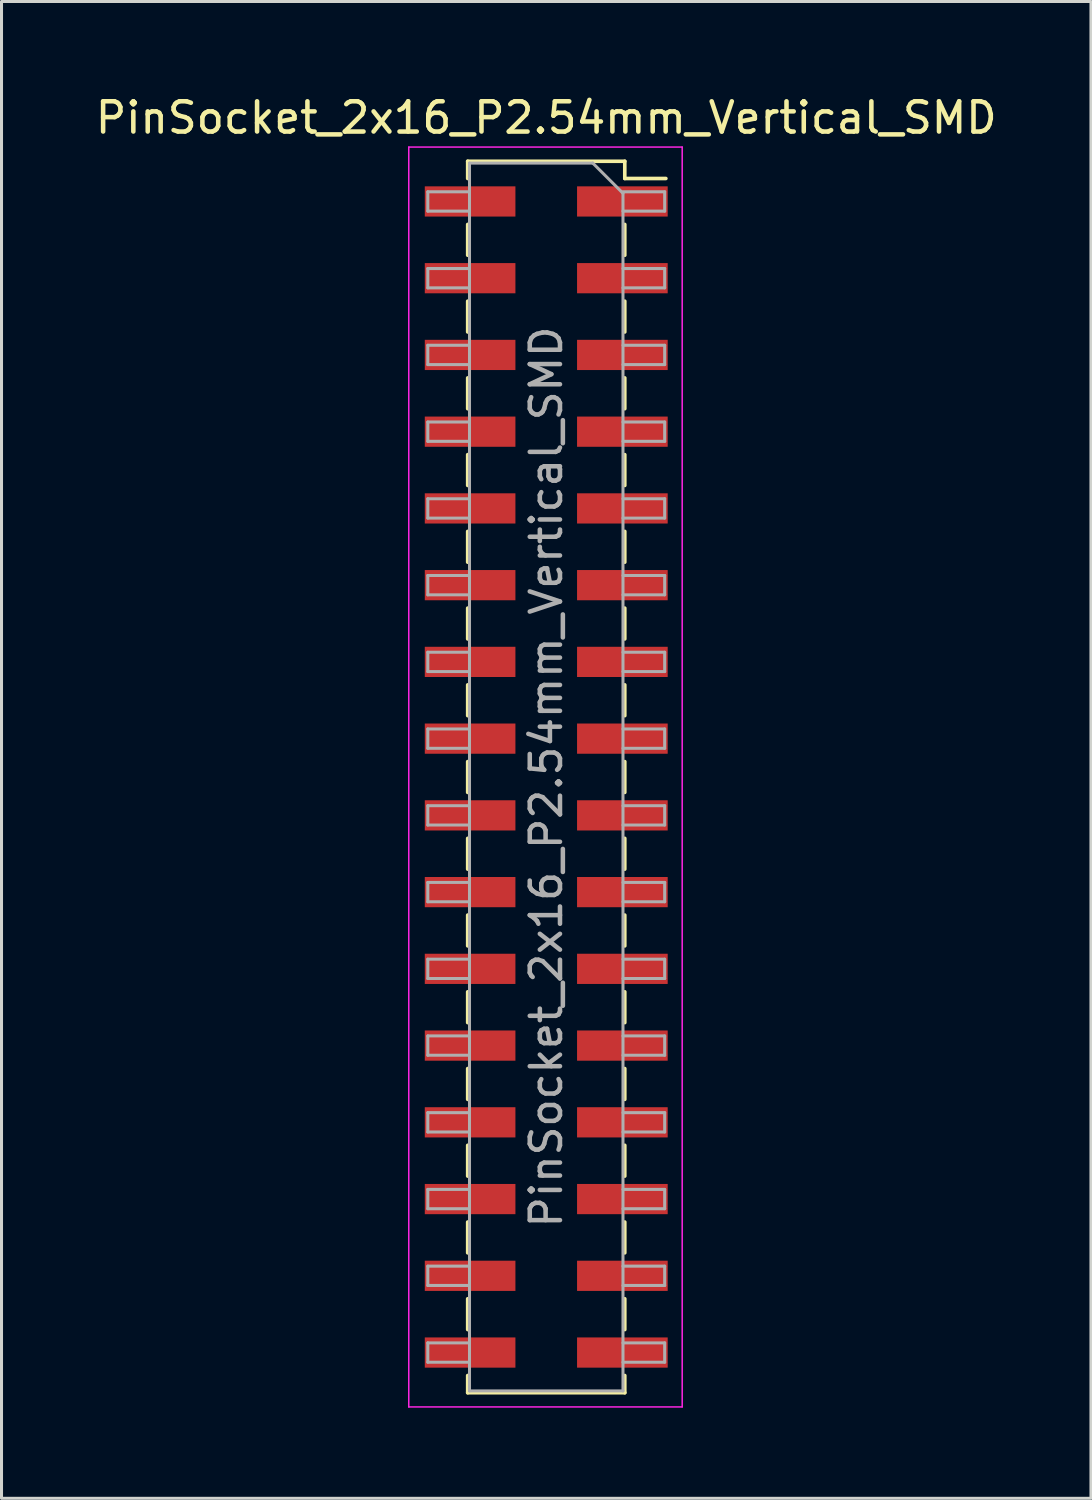
<source format=kicad_pcb>
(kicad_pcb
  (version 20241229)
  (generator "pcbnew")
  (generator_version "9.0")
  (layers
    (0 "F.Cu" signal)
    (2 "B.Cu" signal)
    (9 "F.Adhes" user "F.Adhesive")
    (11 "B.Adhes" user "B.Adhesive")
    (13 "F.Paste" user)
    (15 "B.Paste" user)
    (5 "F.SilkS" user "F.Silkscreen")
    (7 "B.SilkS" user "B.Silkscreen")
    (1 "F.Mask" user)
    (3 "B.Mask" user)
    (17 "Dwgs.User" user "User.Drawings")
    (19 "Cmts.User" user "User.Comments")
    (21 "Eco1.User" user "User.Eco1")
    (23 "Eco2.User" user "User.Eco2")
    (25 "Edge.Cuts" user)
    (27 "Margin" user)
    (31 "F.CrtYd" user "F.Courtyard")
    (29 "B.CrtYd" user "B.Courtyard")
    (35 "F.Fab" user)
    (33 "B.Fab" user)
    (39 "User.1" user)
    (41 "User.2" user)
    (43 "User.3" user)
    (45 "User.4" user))
  (footprint "PinSocket_2x16_P2.54mm_Vertical_SMD"
    (layer "F.Cu")
    (at 15.03 22.668)
    (property "Reference" "PinSocket_2x16_P2.54mm_Vertical_SMD" (at 0 -21.82 0) (layer "F.SilkS") (effects (font (size 1 1) (thickness 0.15))))
    (attr smd)
    (fp_line (start -2.6 -20.38) (end -2.6 -19.81) (stroke (width 0.12) (type solid)) (layer "F.SilkS"))
    (fp_line (start -2.6 -20.38) (end 2.6 -20.38) (stroke (width 0.12) (type solid)) (layer "F.SilkS"))
    (fp_line (start -2.6 -18.29) (end -2.6 -17.27) (stroke (width 0.12) (type solid)) (layer "F.SilkS"))
    (fp_line (start -2.6 -15.75) (end -2.6 -14.73) (stroke (width 0.12) (type solid)) (layer "F.SilkS"))
    (fp_line (start -2.6 -13.21) (end -2.6 -12.19) (stroke (width 0.12) (type solid)) (layer "F.SilkS"))
    (fp_line (start -2.6 -10.67) (end -2.6 -9.65) (stroke (width 0.12) (type solid)) (layer "F.SilkS"))
    (fp_line (start -2.6 -8.13) (end -2.6 -7.11) (stroke (width 0.12) (type solid)) (layer "F.SilkS"))
    (fp_line (start -2.6 -5.59) (end -2.6 -4.57) (stroke (width 0.12) (type solid)) (layer "F.SilkS"))
    (fp_line (start -2.6 -3.05) (end -2.6 -2.03) (stroke (width 0.12) (type solid)) (layer "F.SilkS"))
    (fp_line (start -2.6 -0.51) (end -2.6 0.51) (stroke (width 0.12) (type solid)) (layer "F.SilkS"))
    (fp_line (start -2.6 2.03) (end -2.6 3.05) (stroke (width 0.12) (type solid)) (layer "F.SilkS"))
    (fp_line (start -2.6 4.57) (end -2.6 5.59) (stroke (width 0.12) (type solid)) (layer "F.SilkS"))
    (fp_line (start -2.6 7.11) (end -2.6 8.13) (stroke (width 0.12) (type solid)) (layer "F.SilkS"))
    (fp_line (start -2.6 9.65) (end -2.6 10.67) (stroke (width 0.12) (type solid)) (layer "F.SilkS"))
    (fp_line (start -2.6 12.19) (end -2.6 13.21) (stroke (width 0.12) (type solid)) (layer "F.SilkS"))
    (fp_line (start -2.6 14.73) (end -2.6 15.75) (stroke (width 0.12) (type solid)) (layer "F.SilkS"))
    (fp_line (start -2.6 17.27) (end -2.6 18.29) (stroke (width 0.12) (type solid)) (layer "F.SilkS"))
    (fp_line (start -2.6 19.81) (end -2.6 20.38) (stroke (width 0.12) (type solid)) (layer "F.SilkS"))
    (fp_line (start -2.6 20.38) (end 2.6 20.38) (stroke (width 0.12) (type solid)) (layer "F.SilkS"))
    (fp_line (start 2.6 -20.38) (end 2.6 -19.81) (stroke (width 0.12) (type solid)) (layer "F.SilkS"))
    (fp_line (start 2.6 -19.81) (end 3.96 -19.81) (stroke (width 0.12) (type solid)) (layer "F.SilkS"))
    (fp_line (start 2.6 -18.29) (end 2.6 -17.27) (stroke (width 0.12) (type solid)) (layer "F.SilkS"))
    (fp_line (start 2.6 -15.75) (end 2.6 -14.73) (stroke (width 0.12) (type solid)) (layer "F.SilkS"))
    (fp_line (start 2.6 -13.21) (end 2.6 -12.19) (stroke (width 0.12) (type solid)) (layer "F.SilkS"))
    (fp_line (start 2.6 -10.67) (end 2.6 -9.65) (stroke (width 0.12) (type solid)) (layer "F.SilkS"))
    (fp_line (start 2.6 -8.13) (end 2.6 -7.11) (stroke (width 0.12) (type solid)) (layer "F.SilkS"))
    (fp_line (start 2.6 -5.59) (end 2.6 -4.57) (stroke (width 0.12) (type solid)) (layer "F.SilkS"))
    (fp_line (start 2.6 -3.05) (end 2.6 -2.03) (stroke (width 0.12) (type solid)) (layer "F.SilkS"))
    (fp_line (start 2.6 -0.51) (end 2.6 0.51) (stroke (width 0.12) (type solid)) (layer "F.SilkS"))
    (fp_line (start 2.6 2.03) (end 2.6 3.05) (stroke (width 0.12) (type solid)) (layer "F.SilkS"))
    (fp_line (start 2.6 4.57) (end 2.6 5.59) (stroke (width 0.12) (type solid)) (layer "F.SilkS"))
    (fp_line (start 2.6 7.11) (end 2.6 8.13) (stroke (width 0.12) (type solid)) (layer "F.SilkS"))
    (fp_line (start 2.6 9.65) (end 2.6 10.67) (stroke (width 0.12) (type solid)) (layer "F.SilkS"))
    (fp_line (start 2.6 12.19) (end 2.6 13.21) (stroke (width 0.12) (type solid)) (layer "F.SilkS"))
    (fp_line (start 2.6 14.73) (end 2.6 15.75) (stroke (width 0.12) (type solid)) (layer "F.SilkS"))
    (fp_line (start 2.6 17.27) (end 2.6 18.29) (stroke (width 0.12) (type solid)) (layer "F.SilkS"))
    (fp_line (start 2.6 19.81) (end 2.6 20.38) (stroke (width 0.12) (type solid)) (layer "F.SilkS"))
    (fp_line (start -4.55 -20.85) (end 4.5 -20.85) (stroke (width 0.05) (type solid)) (layer "F.CrtYd"))
    (fp_line (start -4.55 20.85) (end -4.55 -20.85) (stroke (width 0.05) (type solid)) (layer "F.CrtYd"))
    (fp_line (start 4.5 -20.85) (end 4.5 20.85) (stroke (width 0.05) (type solid)) (layer "F.CrtYd"))
    (fp_line (start 4.5 20.85) (end -4.55 20.85) (stroke (width 0.05) (type solid)) (layer "F.CrtYd"))
    (fp_line (start -3.92 -19.37) (end -2.54 -19.37) (stroke (width 0.1) (type solid)) (layer "F.Fab"))
    (fp_line (start -3.92 -18.73) (end -3.92 -19.37) (stroke (width 0.1) (type solid)) (layer "F.Fab"))
    (fp_line (start -3.92 -16.83) (end -2.54 -16.83) (stroke (width 0.1) (type solid)) (layer "F.Fab"))
    (fp_line (start -3.92 -16.19) (end -3.92 -16.83) (stroke (width 0.1) (type solid)) (layer "F.Fab"))
    (fp_line (start -3.92 -14.29) (end -2.54 -14.29) (stroke (width 0.1) (type solid)) (layer "F.Fab"))
    (fp_line (start -3.92 -13.65) (end -3.92 -14.29) (stroke (width 0.1) (type solid)) (layer "F.Fab"))
    (fp_line (start -3.92 -11.75) (end -2.54 -11.75) (stroke (width 0.1) (type solid)) (layer "F.Fab"))
    (fp_line (start -3.92 -11.11) (end -3.92 -11.75) (stroke (width 0.1) (type solid)) (layer "F.Fab"))
    (fp_line (start -3.92 -9.21) (end -2.54 -9.21) (stroke (width 0.1) (type solid)) (layer "F.Fab"))
    (fp_line (start -3.92 -8.57) (end -3.92 -9.21) (stroke (width 0.1) (type solid)) (layer "F.Fab"))
    (fp_line (start -3.92 -6.67) (end -2.54 -6.67) (stroke (width 0.1) (type solid)) (layer "F.Fab"))
    (fp_line (start -3.92 -6.03) (end -3.92 -6.67) (stroke (width 0.1) (type solid)) (layer "F.Fab"))
    (fp_line (start -3.92 -4.13) (end -2.54 -4.13) (stroke (width 0.1) (type solid)) (layer "F.Fab"))
    (fp_line (start -3.92 -3.49) (end -3.92 -4.13) (stroke (width 0.1) (type solid)) (layer "F.Fab"))
    (fp_line (start -3.92 -1.59) (end -2.54 -1.59) (stroke (width 0.1) (type solid)) (layer "F.Fab"))
    (fp_line (start -3.92 -0.95) (end -3.92 -1.59) (stroke (width 0.1) (type solid)) (layer "F.Fab"))
    (fp_line (start -3.92 0.95) (end -2.54 0.95) (stroke (width 0.1) (type solid)) (layer "F.Fab"))
    (fp_line (start -3.92 1.59) (end -3.92 0.95) (stroke (width 0.1) (type solid)) (layer "F.Fab"))
    (fp_line (start -3.92 3.49) (end -2.54 3.49) (stroke (width 0.1) (type solid)) (layer "F.Fab"))
    (fp_line (start -3.92 4.13) (end -3.92 3.49) (stroke (width 0.1) (type solid)) (layer "F.Fab"))
    (fp_line (start -3.92 6.03) (end -2.54 6.03) (stroke (width 0.1) (type solid)) (layer "F.Fab"))
    (fp_line (start -3.92 6.67) (end -3.92 6.03) (stroke (width 0.1) (type solid)) (layer "F.Fab"))
    (fp_line (start -3.92 8.57) (end -2.54 8.57) (stroke (width 0.1) (type solid)) (layer "F.Fab"))
    (fp_line (start -3.92 9.21) (end -3.92 8.57) (stroke (width 0.1) (type solid)) (layer "F.Fab"))
    (fp_line (start -3.92 11.11) (end -2.54 11.11) (stroke (width 0.1) (type solid)) (layer "F.Fab"))
    (fp_line (start -3.92 11.75) (end -3.92 11.11) (stroke (width 0.1) (type solid)) (layer "F.Fab"))
    (fp_line (start -3.92 13.65) (end -2.54 13.65) (stroke (width 0.1) (type solid)) (layer "F.Fab"))
    (fp_line (start -3.92 14.29) (end -3.92 13.65) (stroke (width 0.1) (type solid)) (layer "F.Fab"))
    (fp_line (start -3.92 16.19) (end -2.54 16.19) (stroke (width 0.1) (type solid)) (layer "F.Fab"))
    (fp_line (start -3.92 16.83) (end -3.92 16.19) (stroke (width 0.1) (type solid)) (layer "F.Fab"))
    (fp_line (start -3.92 18.73) (end -2.54 18.73) (stroke (width 0.1) (type solid)) (layer "F.Fab"))
    (fp_line (start -3.92 19.37) (end -3.92 18.73) (stroke (width 0.1) (type solid)) (layer "F.Fab"))
    (fp_line (start -2.54 -20.32) (end 1.54 -20.32) (stroke (width 0.1) (type solid)) (layer "F.Fab"))
    (fp_line (start -2.54 -18.73) (end -3.92 -18.73) (stroke (width 0.1) (type solid)) (layer "F.Fab"))
    (fp_line (start -2.54 -16.19) (end -3.92 -16.19) (stroke (width 0.1) (type solid)) (layer "F.Fab"))
    (fp_line (start -2.54 -13.65) (end -3.92 -13.65) (stroke (width 0.1) (type solid)) (layer "F.Fab"))
    (fp_line (start -2.54 -11.11) (end -3.92 -11.11) (stroke (width 0.1) (type solid)) (layer "F.Fab"))
    (fp_line (start -2.54 -8.57) (end -3.92 -8.57) (stroke (width 0.1) (type solid)) (layer "F.Fab"))
    (fp_line (start -2.54 -6.03) (end -3.92 -6.03) (stroke (width 0.1) (type solid)) (layer "F.Fab"))
    (fp_line (start -2.54 -3.49) (end -3.92 -3.49) (stroke (width 0.1) (type solid)) (layer "F.Fab"))
    (fp_line (start -2.54 -0.95) (end -3.92 -0.95) (stroke (width 0.1) (type solid)) (layer "F.Fab"))
    (fp_line (start -2.54 1.59) (end -3.92 1.59) (stroke (width 0.1) (type solid)) (layer "F.Fab"))
    (fp_line (start -2.54 4.13) (end -3.92 4.13) (stroke (width 0.1) (type solid)) (layer "F.Fab"))
    (fp_line (start -2.54 6.67) (end -3.92 6.67) (stroke (width 0.1) (type solid)) (layer "F.Fab"))
    (fp_line (start -2.54 9.21) (end -3.92 9.21) (stroke (width 0.1) (type solid)) (layer "F.Fab"))
    (fp_line (start -2.54 11.75) (end -3.92 11.75) (stroke (width 0.1) (type solid)) (layer "F.Fab"))
    (fp_line (start -2.54 14.29) (end -3.92 14.29) (stroke (width 0.1) (type solid)) (layer "F.Fab"))
    (fp_line (start -2.54 16.83) (end -3.92 16.83) (stroke (width 0.1) (type solid)) (layer "F.Fab"))
    (fp_line (start -2.54 19.37) (end -3.92 19.37) (stroke (width 0.1) (type solid)) (layer "F.Fab"))
    (fp_line (start -2.54 20.32) (end -2.54 -20.32) (stroke (width 0.1) (type solid)) (layer "F.Fab"))
    (fp_line (start 1.54 -20.32) (end 2.54 -19.32) (stroke (width 0.1) (type solid)) (layer "F.Fab"))
    (fp_line (start 2.54 -19.37) (end 3.92 -19.37) (stroke (width 0.1) (type solid)) (layer "F.Fab"))
    (fp_line (start 2.54 -19.32) (end 2.54 20.32) (stroke (width 0.1) (type solid)) (layer "F.Fab"))
    (fp_line (start 2.54 -16.83) (end 3.92 -16.83) (stroke (width 0.1) (type solid)) (layer "F.Fab"))
    (fp_line (start 2.54 -14.29) (end 3.92 -14.29) (stroke (width 0.1) (type solid)) (layer "F.Fab"))
    (fp_line (start 2.54 -11.75) (end 3.92 -11.75) (stroke (width 0.1) (type solid)) (layer "F.Fab"))
    (fp_line (start 2.54 -9.21) (end 3.92 -9.21) (stroke (width 0.1) (type solid)) (layer "F.Fab"))
    (fp_line (start 2.54 -6.67) (end 3.92 -6.67) (stroke (width 0.1) (type solid)) (layer "F.Fab"))
    (fp_line (start 2.54 -4.13) (end 3.92 -4.13) (stroke (width 0.1) (type solid)) (layer "F.Fab"))
    (fp_line (start 2.54 -1.59) (end 3.92 -1.59) (stroke (width 0.1) (type solid)) (layer "F.Fab"))
    (fp_line (start 2.54 0.95) (end 3.92 0.95) (stroke (width 0.1) (type solid)) (layer "F.Fab"))
    (fp_line (start 2.54 3.49) (end 3.92 3.49) (stroke (width 0.1) (type solid)) (layer "F.Fab"))
    (fp_line (start 2.54 6.03) (end 3.92 6.03) (stroke (width 0.1) (type solid)) (layer "F.Fab"))
    (fp_line (start 2.54 8.57) (end 3.92 8.57) (stroke (width 0.1) (type solid)) (layer "F.Fab"))
    (fp_line (start 2.54 11.11) (end 3.92 11.11) (stroke (width 0.1) (type solid)) (layer "F.Fab"))
    (fp_line (start 2.54 13.65) (end 3.92 13.65) (stroke (width 0.1) (type solid)) (layer "F.Fab"))
    (fp_line (start 2.54 16.19) (end 3.92 16.19) (stroke (width 0.1) (type solid)) (layer "F.Fab"))
    (fp_line (start 2.54 18.73) (end 3.92 18.73) (stroke (width 0.1) (type solid)) (layer "F.Fab"))
    (fp_line (start 2.54 20.32) (end -2.54 20.32) (stroke (width 0.1) (type solid)) (layer "F.Fab"))
    (fp_line (start 3.92 -19.37) (end 3.92 -18.73) (stroke (width 0.1) (type solid)) (layer "F.Fab"))
    (fp_line (start 3.92 -18.73) (end 2.54 -18.73) (stroke (width 0.1) (type solid)) (layer "F.Fab"))
    (fp_line (start 3.92 -16.83) (end 3.92 -16.19) (stroke (width 0.1) (type solid)) (layer "F.Fab"))
    (fp_line (start 3.92 -16.19) (end 2.54 -16.19) (stroke (width 0.1) (type solid)) (layer "F.Fab"))
    (fp_line (start 3.92 -14.29) (end 3.92 -13.65) (stroke (width 0.1) (type solid)) (layer "F.Fab"))
    (fp_line (start 3.92 -13.65) (end 2.54 -13.65) (stroke (width 0.1) (type solid)) (layer "F.Fab"))
    (fp_line (start 3.92 -11.75) (end 3.92 -11.11) (stroke (width 0.1) (type solid)) (layer "F.Fab"))
    (fp_line (start 3.92 -11.11) (end 2.54 -11.11) (stroke (width 0.1) (type solid)) (layer "F.Fab"))
    (fp_line (start 3.92 -9.21) (end 3.92 -8.57) (stroke (width 0.1) (type solid)) (layer "F.Fab"))
    (fp_line (start 3.92 -8.57) (end 2.54 -8.57) (stroke (width 0.1) (type solid)) (layer "F.Fab"))
    (fp_line (start 3.92 -6.67) (end 3.92 -6.03) (stroke (width 0.1) (type solid)) (layer "F.Fab"))
    (fp_line (start 3.92 -6.03) (end 2.54 -6.03) (stroke (width 0.1) (type solid)) (layer "F.Fab"))
    (fp_line (start 3.92 -4.13) (end 3.92 -3.49) (stroke (width 0.1) (type solid)) (layer "F.Fab"))
    (fp_line (start 3.92 -3.49) (end 2.54 -3.49) (stroke (width 0.1) (type solid)) (layer "F.Fab"))
    (fp_line (start 3.92 -1.59) (end 3.92 -0.95) (stroke (width 0.1) (type solid)) (layer "F.Fab"))
    (fp_line (start 3.92 -0.95) (end 2.54 -0.95) (stroke (width 0.1) (type solid)) (layer "F.Fab"))
    (fp_line (start 3.92 0.95) (end 3.92 1.59) (stroke (width 0.1) (type solid)) (layer "F.Fab"))
    (fp_line (start 3.92 1.59) (end 2.54 1.59) (stroke (width 0.1) (type solid)) (layer "F.Fab"))
    (fp_line (start 3.92 3.49) (end 3.92 4.13) (stroke (width 0.1) (type solid)) (layer "F.Fab"))
    (fp_line (start 3.92 4.13) (end 2.54 4.13) (stroke (width 0.1) (type solid)) (layer "F.Fab"))
    (fp_line (start 3.92 6.03) (end 3.92 6.67) (stroke (width 0.1) (type solid)) (layer "F.Fab"))
    (fp_line (start 3.92 6.67) (end 2.54 6.67) (stroke (width 0.1) (type solid)) (layer "F.Fab"))
    (fp_line (start 3.92 8.57) (end 3.92 9.21) (stroke (width 0.1) (type solid)) (layer "F.Fab"))
    (fp_line (start 3.92 9.21) (end 2.54 9.21) (stroke (width 0.1) (type solid)) (layer "F.Fab"))
    (fp_line (start 3.92 11.11) (end 3.92 11.75) (stroke (width 0.1) (type solid)) (layer "F.Fab"))
    (fp_line (start 3.92 11.75) (end 2.54 11.75) (stroke (width 0.1) (type solid)) (layer "F.Fab"))
    (fp_line (start 3.92 13.65) (end 3.92 14.29) (stroke (width 0.1) (type solid)) (layer "F.Fab"))
    (fp_line (start 3.92 14.29) (end 2.54 14.29) (stroke (width 0.1) (type solid)) (layer "F.Fab"))
    (fp_line (start 3.92 16.19) (end 3.92 16.83) (stroke (width 0.1) (type solid)) (layer "F.Fab"))
    (fp_line (start 3.92 16.83) (end 2.54 16.83) (stroke (width 0.1) (type solid)) (layer "F.Fab"))
    (fp_line (start 3.92 18.73) (end 3.92 19.37) (stroke (width 0.1) (type solid)) (layer "F.Fab"))
    (fp_line (start 3.92 19.37) (end 2.54 19.37) (stroke (width 0.1) (type solid)) (layer "F.Fab"))
    (fp_text user "${REFERENCE}" (at 0 0 90) (layer "F.Fab") (effects (font (size 1 1) (thickness 0.15))))
    (pad "1" smd rect (at 2.52 -19.05) (size 3 1) (layers "F.Cu" "F.Mask" "F.Paste"))
    (pad "2" smd rect (at -2.52 -19.05) (size 3 1) (layers "F.Cu" "F.Mask" "F.Paste"))
    (pad "3" smd rect (at 2.52 -16.51) (size 3 1) (layers "F.Cu" "F.Mask" "F.Paste"))
    (pad "4" smd rect (at -2.52 -16.51) (size 3 1) (layers "F.Cu" "F.Mask" "F.Paste"))
    (pad "5" smd rect (at 2.52 -13.97) (size 3 1) (layers "F.Cu" "F.Mask" "F.Paste"))
    (pad "6" smd rect (at -2.52 -13.97) (size 3 1) (layers "F.Cu" "F.Mask" "F.Paste"))
    (pad "7" smd rect (at 2.52 -11.43) (size 3 1) (layers "F.Cu" "F.Mask" "F.Paste"))
    (pad "8" smd rect (at -2.52 -11.43) (size 3 1) (layers "F.Cu" "F.Mask" "F.Paste"))
    (pad "9" smd rect (at 2.52 -8.89) (size 3 1) (layers "F.Cu" "F.Mask" "F.Paste"))
    (pad "10" smd rect (at -2.52 -8.89) (size 3 1) (layers "F.Cu" "F.Mask" "F.Paste"))
    (pad "11" smd rect (at 2.52 -6.35) (size 3 1) (layers "F.Cu" "F.Mask" "F.Paste"))
    (pad "12" smd rect (at -2.52 -6.35) (size 3 1) (layers "F.Cu" "F.Mask" "F.Paste"))
    (pad "13" smd rect (at 2.52 -3.81) (size 3 1) (layers "F.Cu" "F.Mask" "F.Paste"))
    (pad "14" smd rect (at -2.52 -3.81) (size 3 1) (layers "F.Cu" "F.Mask" "F.Paste"))
    (pad "15" smd rect (at 2.52 -1.27) (size 3 1) (layers "F.Cu" "F.Mask" "F.Paste"))
    (pad "16" smd rect (at -2.52 -1.27) (size 3 1) (layers "F.Cu" "F.Mask" "F.Paste"))
    (pad "17" smd rect (at 2.52 1.27) (size 3 1) (layers "F.Cu" "F.Mask" "F.Paste"))
    (pad "18" smd rect (at -2.52 1.27) (size 3 1) (layers "F.Cu" "F.Mask" "F.Paste"))
    (pad "19" smd rect (at 2.52 3.81) (size 3 1) (layers "F.Cu" "F.Mask" "F.Paste"))
    (pad "20" smd rect (at -2.52 3.81) (size 3 1) (layers "F.Cu" "F.Mask" "F.Paste"))
    (pad "21" smd rect (at 2.52 6.35) (size 3 1) (layers "F.Cu" "F.Mask" "F.Paste"))
    (pad "22" smd rect (at -2.52 6.35) (size 3 1) (layers "F.Cu" "F.Mask" "F.Paste"))
    (pad "23" smd rect (at 2.52 8.89) (size 3 1) (layers "F.Cu" "F.Mask" "F.Paste"))
    (pad "24" smd rect (at -2.52 8.89) (size 3 1) (layers "F.Cu" "F.Mask" "F.Paste"))
    (pad "25" smd rect (at 2.52 11.43) (size 3 1) (layers "F.Cu" "F.Mask" "F.Paste"))
    (pad "26" smd rect (at -2.52 11.43) (size 3 1) (layers "F.Cu" "F.Mask" "F.Paste"))
    (pad "27" smd rect (at 2.52 13.97) (size 3 1) (layers "F.Cu" "F.Mask" "F.Paste"))
    (pad "28" smd rect (at -2.52 13.97) (size 3 1) (layers "F.Cu" "F.Mask" "F.Paste"))
    (pad "29" smd rect (at 2.52 16.51) (size 3 1) (layers "F.Cu" "F.Mask" "F.Paste"))
    (pad "30" smd rect (at -2.52 16.51) (size 3 1) (layers "F.Cu" "F.Mask" "F.Paste"))
    (pad "31" smd rect (at 2.52 19.05) (size 3 1) (layers "F.Cu" "F.Mask" "F.Paste"))
    (pad "32" smd rect (at -2.52 19.05) (size 3 1) (layers "F.Cu" "F.Mask" "F.Paste")))
  (gr_rect
    (start -3 -3)
    (end 33.06 46.543)
    (stroke (width 0.1) (type default))
    (fill no)
    (layer "Edge.Cuts")))
</source>
